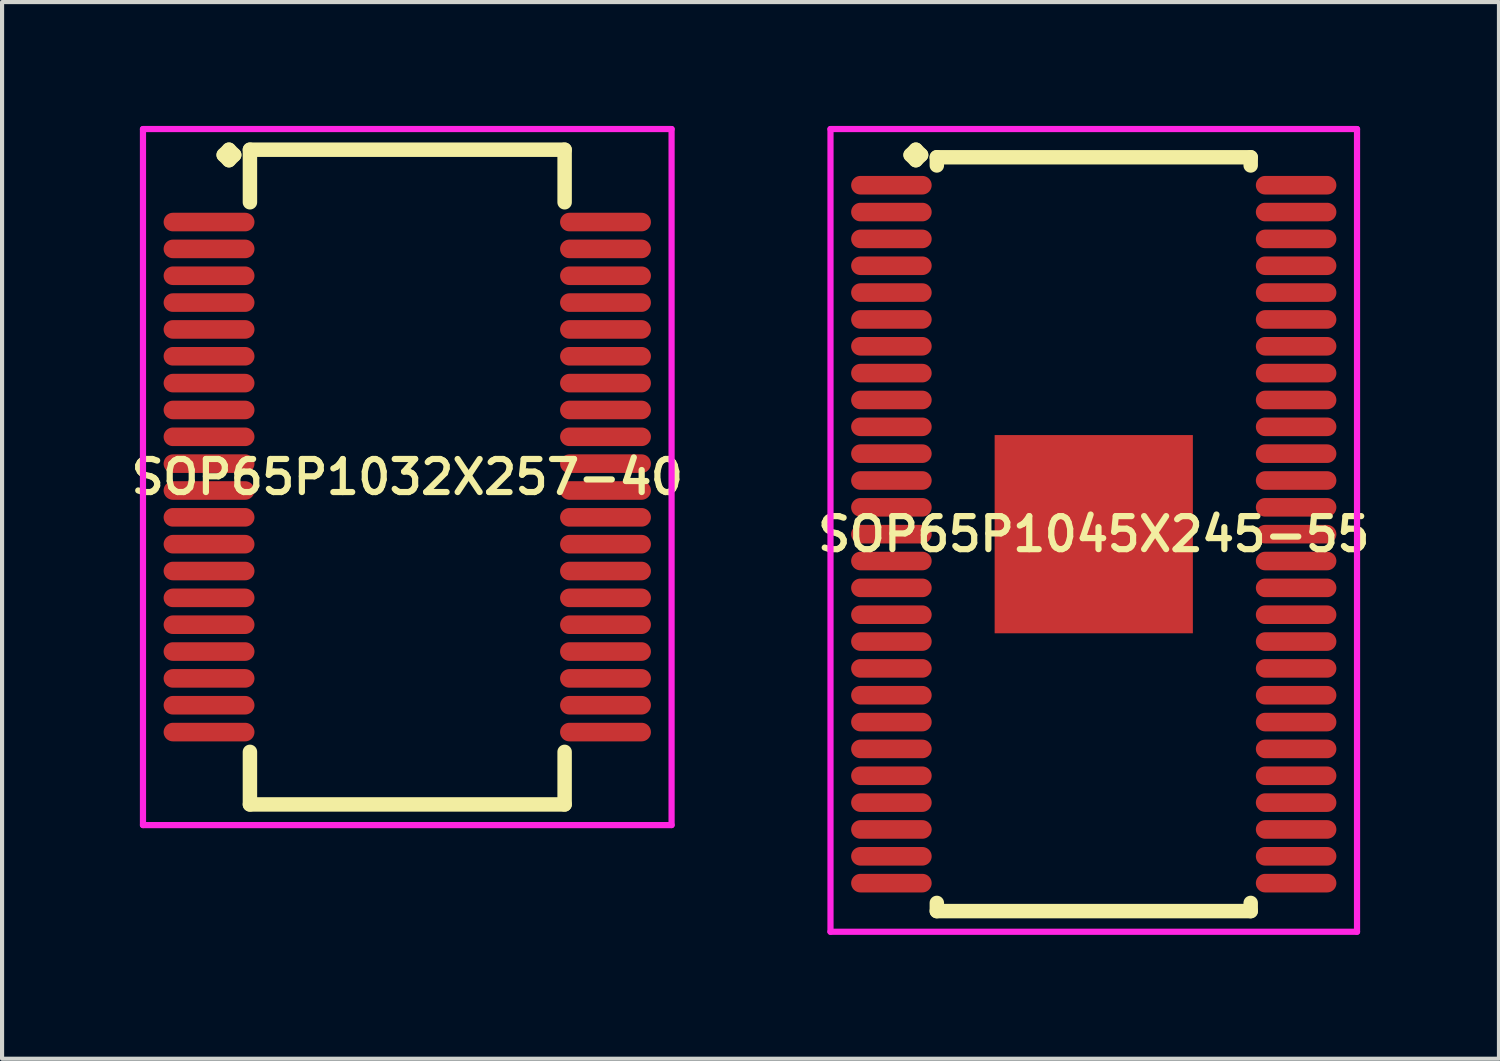
<source format=kicad_pcb>
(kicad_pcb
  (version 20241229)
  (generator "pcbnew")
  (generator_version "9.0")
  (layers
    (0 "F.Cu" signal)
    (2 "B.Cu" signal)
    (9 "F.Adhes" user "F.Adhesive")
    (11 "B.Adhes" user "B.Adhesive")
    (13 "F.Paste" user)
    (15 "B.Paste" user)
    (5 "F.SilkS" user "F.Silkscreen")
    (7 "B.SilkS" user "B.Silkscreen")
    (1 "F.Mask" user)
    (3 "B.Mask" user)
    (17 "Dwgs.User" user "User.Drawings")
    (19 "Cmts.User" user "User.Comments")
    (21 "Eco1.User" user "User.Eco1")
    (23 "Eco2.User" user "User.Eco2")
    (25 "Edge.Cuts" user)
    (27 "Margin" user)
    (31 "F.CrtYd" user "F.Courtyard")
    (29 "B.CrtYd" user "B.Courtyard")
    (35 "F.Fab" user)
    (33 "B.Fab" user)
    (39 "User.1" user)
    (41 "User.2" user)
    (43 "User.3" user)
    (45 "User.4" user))
  (footprint "SOP65P1032X257-40"
    (layer "F.Cu")
    (at 6.812 8.502)
    (property "Reference" "SOP65P1032X257-40" (at 0 0 0) (layer "F.SilkS") (effects (font (size 0.8 0.8) (thickness 0.15))))
    (attr through_hole)
    (fp_line (start -4.445 -7.8) (end -4.318 -7.927) (stroke (width 0.35) (type solid)) (layer "F.SilkS"))
    (fp_line (start -4.318 -7.927) (end -4.191 -7.8) (stroke (width 0.35) (type solid)) (layer "F.SilkS"))
    (fp_line (start -4.318 -7.673) (end -4.445 -7.8) (stroke (width 0.35) (type solid)) (layer "F.SilkS"))
    (fp_line (start -4.191 -7.8) (end -4.318 -7.673) (stroke (width 0.35) (type solid)) (layer "F.SilkS"))
    (fp_line (start -3.81 -7.927) (end 3.81 -7.927) (stroke (width 0.35) (type solid)) (layer "F.SilkS"))
    (fp_line (start -3.81 -6.654) (end -3.81 -7.927) (stroke (width 0.35) (type solid)) (layer "F.SilkS"))
    (fp_line (start -3.81 6.654) (end -3.81 7.927) (stroke (width 0.35) (type solid)) (layer "F.SilkS"))
    (fp_line (start -3.81 7.927) (end 3.81 7.927) (stroke (width 0.35) (type solid)) (layer "F.SilkS"))
    (fp_line (start 3.81 -7.927) (end 3.81 -6.654) (stroke (width 0.35) (type solid)) (layer "F.SilkS"))
    (fp_line (start 3.81 7.927) (end 3.81 6.654) (stroke (width 0.35) (type solid)) (layer "F.SilkS"))
    (fp_line (start -6.4 -8.427) (end 6.4 -8.427) (stroke (width 0.15) (type solid)) (layer "F.CrtYd"))
    (fp_line (start -6.4 8.427) (end -6.4 -8.427) (stroke (width 0.15) (type solid)) (layer "F.CrtYd"))
    (fp_line (start 6.4 -8.427) (end 6.4 8.427) (stroke (width 0.15) (type solid)) (layer "F.CrtYd"))
    (fp_line (start 6.4 8.427) (end -6.4 8.427) (stroke (width 0.15) (type solid)) (layer "F.CrtYd"))
    (pad "1" smd oval (at -4.8 -6.175) (size 2.2 0.45) (layers "F.Cu" "F.Mask" "F.Paste"))
    (pad "2" smd oval (at -4.8 -5.525) (size 2.2 0.45) (layers "F.Cu" "F.Mask" "F.Paste"))
    (pad "3" smd oval (at -4.8 -4.875) (size 2.2 0.45) (layers "F.Cu" "F.Mask" "F.Paste"))
    (pad "4" smd oval (at -4.8 -4.225) (size 2.2 0.45) (layers "F.Cu" "F.Mask" "F.Paste"))
    (pad "5" smd oval (at -4.8 -3.575) (size 2.2 0.45) (layers "F.Cu" "F.Mask" "F.Paste"))
    (pad "6" smd oval (at -4.8 -2.925) (size 2.2 0.45) (layers "F.Cu" "F.Mask" "F.Paste"))
    (pad "7" smd oval (at -4.8 -2.275) (size 2.2 0.45) (layers "F.Cu" "F.Mask" "F.Paste"))
    (pad "8" smd oval (at -4.8 -1.625) (size 2.2 0.45) (layers "F.Cu" "F.Mask" "F.Paste"))
    (pad "9" smd oval (at -4.8 -0.975) (size 2.2 0.45) (layers "F.Cu" "F.Mask" "F.Paste"))
    (pad "10" smd oval (at -4.8 -0.325) (size 2.2 0.45) (layers "F.Cu" "F.Mask" "F.Paste"))
    (pad "11" smd oval (at -4.8 0.325) (size 2.2 0.45) (layers "F.Cu" "F.Mask" "F.Paste"))
    (pad "12" smd oval (at -4.8 0.975) (size 2.2 0.45) (layers "F.Cu" "F.Mask" "F.Paste"))
    (pad "13" smd oval (at -4.8 1.625) (size 2.2 0.45) (layers "F.Cu" "F.Mask" "F.Paste"))
    (pad "14" smd oval (at -4.8 2.275) (size 2.2 0.45) (layers "F.Cu" "F.Mask" "F.Paste"))
    (pad "15" smd oval (at -4.8 2.925) (size 2.2 0.45) (layers "F.Cu" "F.Mask" "F.Paste"))
    (pad "16" smd oval (at -4.8 3.575) (size 2.2 0.45) (layers "F.Cu" "F.Mask" "F.Paste"))
    (pad "17" smd oval (at -4.8 4.225) (size 2.2 0.45) (layers "F.Cu" "F.Mask" "F.Paste"))
    (pad "18" smd oval (at -4.8 4.875) (size 2.2 0.45) (layers "F.Cu" "F.Mask" "F.Paste"))
    (pad "19" smd oval (at -4.8 5.525) (size 2.2 0.45) (layers "F.Cu" "F.Mask" "F.Paste"))
    (pad "20" smd oval (at -4.8 6.175) (size 2.2 0.45) (layers "F.Cu" "F.Mask" "F.Paste"))
    (pad "21" smd oval (at 4.8 6.175) (size 2.2 0.45) (layers "F.Cu" "F.Mask" "F.Paste"))
    (pad "22" smd oval (at 4.8 5.525) (size 2.2 0.45) (layers "F.Cu" "F.Mask" "F.Paste"))
    (pad "23" smd oval (at 4.8 4.875) (size 2.2 0.45) (layers "F.Cu" "F.Mask" "F.Paste"))
    (pad "24" smd oval (at 4.8 4.225) (size 2.2 0.45) (layers "F.Cu" "F.Mask" "F.Paste"))
    (pad "25" smd oval (at 4.8 3.575) (size 2.2 0.45) (layers "F.Cu" "F.Mask" "F.Paste"))
    (pad "26" smd oval (at 4.8 2.925) (size 2.2 0.45) (layers "F.Cu" "F.Mask" "F.Paste"))
    (pad "27" smd oval (at 4.8 2.275) (size 2.2 0.45) (layers "F.Cu" "F.Mask" "F.Paste"))
    (pad "28" smd oval (at 4.8 1.625) (size 2.2 0.45) (layers "F.Cu" "F.Mask" "F.Paste"))
    (pad "29" smd oval (at 4.8 0.975) (size 2.2 0.45) (layers "F.Cu" "F.Mask" "F.Paste"))
    (pad "30" smd oval (at 4.8 0.325) (size 2.2 0.45) (layers "F.Cu" "F.Mask" "F.Paste"))
    (pad "31" smd oval (at 4.8 -0.325) (size 2.2 0.45) (layers "F.Cu" "F.Mask" "F.Paste"))
    (pad "32" smd oval (at 4.8 -0.975) (size 2.2 0.45) (layers "F.Cu" "F.Mask" "F.Paste"))
    (pad "33" smd oval (at 4.8 -1.625) (size 2.2 0.45) (layers "F.Cu" "F.Mask" "F.Paste"))
    (pad "34" smd oval (at 4.8 -2.275) (size 2.2 0.45) (layers "F.Cu" "F.Mask" "F.Paste"))
    (pad "35" smd oval (at 4.8 -2.925) (size 2.2 0.45) (layers "F.Cu" "F.Mask" "F.Paste"))
    (pad "36" smd oval (at 4.8 -3.575) (size 2.2 0.45) (layers "F.Cu" "F.Mask" "F.Paste"))
    (pad "37" smd oval (at 4.8 -4.225) (size 2.2 0.45) (layers "F.Cu" "F.Mask" "F.Paste"))
    (pad "38" smd oval (at 4.8 -4.875) (size 2.2 0.45) (layers "F.Cu" "F.Mask" "F.Paste"))
    (pad "39" smd oval (at 4.8 -5.525) (size 2.2 0.45) (layers "F.Cu" "F.Mask" "F.Paste"))
    (pad "40" smd oval (at 4.8 -6.175) (size 2.2 0.45) (layers "F.Cu" "F.Mask" "F.Paste")))
  (footprint "SOP65P1045X245-55"
    (layer "F.Cu")
    (at 23.435 9.885)
    (property "Reference" "SOP65P1045X245-55" (at 0 0 0) (layer "F.SilkS") (effects (font (size 0.8 0.8) (thickness 0.15))))
    (attr smd)
    (fp_line (start -4.435 -9.183) (end -4.308 -9.31) (stroke (width 0.35) (type solid)) (layer "F.SilkS"))
    (fp_line (start -4.308 -9.31) (end -4.181 -9.183) (stroke (width 0.35) (type solid)) (layer "F.SilkS"))
    (fp_line (start -4.308 -9.056) (end -4.435 -9.183) (stroke (width 0.35) (type solid)) (layer "F.SilkS"))
    (fp_line (start -4.181 -9.183) (end -4.308 -9.056) (stroke (width 0.35) (type solid)) (layer "F.SilkS"))
    (fp_line (start -3.8 -9.127) (end 3.8 -9.127) (stroke (width 0.35) (type solid)) (layer "F.SilkS"))
    (fp_line (start -3.8 -8.929) (end -3.8 -9.127) (stroke (width 0.35) (type solid)) (layer "F.SilkS"))
    (fp_line (start -3.8 8.929) (end -3.8 9.127) (stroke (width 0.35) (type solid)) (layer "F.SilkS"))
    (fp_line (start -3.8 9.127) (end 3.8 9.127) (stroke (width 0.35) (type solid)) (layer "F.SilkS"))
    (fp_line (start 3.8 -9.127) (end 3.8 -8.929) (stroke (width 0.35) (type solid)) (layer "F.SilkS"))
    (fp_line (start 3.8 9.127) (end 3.8 8.929) (stroke (width 0.35) (type solid)) (layer "F.SilkS"))
    (fp_line (start -6.375 -9.81) (end 6.375 -9.81) (stroke (width 0.15) (type solid)) (layer "F.CrtYd"))
    (fp_line (start -6.375 9.627) (end -6.375 -9.81) (stroke (width 0.15) (type solid)) (layer "F.CrtYd"))
    (fp_line (start 6.375 -9.81) (end 6.375 9.627) (stroke (width 0.15) (type solid)) (layer "F.CrtYd"))
    (fp_line (start 6.375 9.627) (end -6.375 9.627) (stroke (width 0.15) (type solid)) (layer "F.CrtYd"))
    (pad "1" smd oval (at -4.9 -8.45) (size 1.95 0.45) (layers "F.Cu" "F.Mask" "F.Paste"))
    (pad "2" smd oval (at -4.9 -7.8) (size 1.95 0.45) (layers "F.Cu" "F.Mask" "F.Paste"))
    (pad "3" smd oval (at -4.9 -7.15) (size 1.95 0.45) (layers "F.Cu" "F.Mask" "F.Paste"))
    (pad "4" smd oval (at -4.9 -6.5) (size 1.95 0.45) (layers "F.Cu" "F.Mask" "F.Paste"))
    (pad "5" smd oval (at -4.9 -5.85) (size 1.95 0.45) (layers "F.Cu" "F.Mask" "F.Paste"))
    (pad "6" smd oval (at -4.9 -5.2) (size 1.95 0.45) (layers "F.Cu" "F.Mask" "F.Paste"))
    (pad "7" smd oval (at -4.9 -4.55) (size 1.95 0.45) (layers "F.Cu" "F.Mask" "F.Paste"))
    (pad "8" smd oval (at -4.9 -3.9) (size 1.95 0.45) (layers "F.Cu" "F.Mask" "F.Paste"))
    (pad "9" smd oval (at -4.9 -3.25) (size 1.95 0.45) (layers "F.Cu" "F.Mask" "F.Paste"))
    (pad "10" smd oval (at -4.9 -2.6) (size 1.95 0.45) (layers "F.Cu" "F.Mask" "F.Paste"))
    (pad "11" smd oval (at -4.9 -1.95) (size 1.95 0.45) (layers "F.Cu" "F.Mask" "F.Paste"))
    (pad "12" smd oval (at -4.9 -1.3) (size 1.95 0.45) (layers "F.Cu" "F.Mask" "F.Paste"))
    (pad "13" smd oval (at -4.9 -0.65) (size 1.95 0.45) (layers "F.Cu" "F.Mask" "F.Paste"))
    (pad "14" smd oval (at -4.9 0) (size 1.95 0.45) (layers "F.Cu" "F.Mask" "F.Paste"))
    (pad "15" smd oval (at -4.9 0.65) (size 1.95 0.45) (layers "F.Cu" "F.Mask" "F.Paste"))
    (pad "16" smd oval (at -4.9 1.3) (size 1.95 0.45) (layers "F.Cu" "F.Mask" "F.Paste"))
    (pad "17" smd oval (at -4.9 1.95) (size 1.95 0.45) (layers "F.Cu" "F.Mask" "F.Paste"))
    (pad "18" smd oval (at -4.9 2.6) (size 1.95 0.45) (layers "F.Cu" "F.Mask" "F.Paste"))
    (pad "19" smd oval (at -4.9 3.25) (size 1.95 0.45) (layers "F.Cu" "F.Mask" "F.Paste"))
    (pad "20" smd oval (at -4.9 3.9) (size 1.95 0.45) (layers "F.Cu" "F.Mask" "F.Paste"))
    (pad "21" smd oval (at -4.9 4.55) (size 1.95 0.45) (layers "F.Cu" "F.Mask" "F.Paste"))
    (pad "22" smd oval (at -4.9 5.2) (size 1.95 0.45) (layers "F.Cu" "F.Mask" "F.Paste"))
    (pad "23" smd oval (at -4.9 5.85) (size 1.95 0.45) (layers "F.Cu" "F.Mask" "F.Paste"))
    (pad "24" smd oval (at -4.9 6.5) (size 1.95 0.45) (layers "F.Cu" "F.Mask" "F.Paste"))
    (pad "25" smd oval (at -4.9 7.15) (size 1.95 0.45) (layers "F.Cu" "F.Mask" "F.Paste"))
    (pad "26" smd oval (at -4.9 7.8) (size 1.95 0.45) (layers "F.Cu" "F.Mask" "F.Paste"))
    (pad "27" smd oval (at -4.9 8.45) (size 1.95 0.45) (layers "F.Cu" "F.Mask" "F.Paste"))
    (pad "28" smd oval (at 4.9 8.45) (size 1.95 0.45) (layers "F.Cu" "F.Mask" "F.Paste"))
    (pad "29" smd oval (at 4.9 7.8) (size 1.95 0.45) (layers "F.Cu" "F.Mask" "F.Paste"))
    (pad "30" smd oval (at 4.9 7.15) (size 1.95 0.45) (layers "F.Cu" "F.Mask" "F.Paste"))
    (pad "31" smd oval (at 4.9 6.5) (size 1.95 0.45) (layers "F.Cu" "F.Mask" "F.Paste"))
    (pad "32" smd oval (at 4.9 5.85) (size 1.95 0.45) (layers "F.Cu" "F.Mask" "F.Paste"))
    (pad "33" smd oval (at 4.9 5.2) (size 1.95 0.45) (layers "F.Cu" "F.Mask" "F.Paste"))
    (pad "34" smd oval (at 4.9 4.55) (size 1.95 0.45) (layers "F.Cu" "F.Mask" "F.Paste"))
    (pad "35" smd oval (at 4.9 3.9) (size 1.95 0.45) (layers "F.Cu" "F.Mask" "F.Paste"))
    (pad "36" smd oval (at 4.9 3.25) (size 1.95 0.45) (layers "F.Cu" "F.Mask" "F.Paste"))
    (pad "37" smd oval (at 4.9 2.6) (size 1.95 0.45) (layers "F.Cu" "F.Mask" "F.Paste"))
    (pad "38" smd oval (at 4.9 1.95) (size 1.95 0.45) (layers "F.Cu" "F.Mask" "F.Paste"))
    (pad "39" smd oval (at 4.9 1.3) (size 1.95 0.45) (layers "F.Cu" "F.Mask" "F.Paste"))
    (pad "40" smd oval (at 4.9 0.65) (size 1.95 0.45) (layers "F.Cu" "F.Mask" "F.Paste"))
    (pad "41" smd oval (at 4.9 0) (size 1.95 0.45) (layers "F.Cu" "F.Mask" "F.Paste"))
    (pad "42" smd oval (at 4.9 -0.65) (size 1.95 0.45) (layers "F.Cu" "F.Mask" "F.Paste"))
    (pad "43" smd oval (at 4.9 -1.3) (size 1.95 0.45) (layers "F.Cu" "F.Mask" "F.Paste"))
    (pad "44" smd oval (at 4.9 -1.95) (size 1.95 0.45) (layers "F.Cu" "F.Mask" "F.Paste"))
    (pad "45" smd oval (at 4.9 -2.6) (size 1.95 0.45) (layers "F.Cu" "F.Mask" "F.Paste"))
    (pad "46" smd oval (at 4.9 -3.25) (size 1.95 0.45) (layers "F.Cu" "F.Mask" "F.Paste"))
    (pad "47" smd oval (at 4.9 -3.9) (size 1.95 0.45) (layers "F.Cu" "F.Mask" "F.Paste"))
    (pad "48" smd oval (at 4.9 -4.55) (size 1.95 0.45) (layers "F.Cu" "F.Mask" "F.Paste"))
    (pad "49" smd oval (at 4.9 -5.2) (size 1.95 0.45) (layers "F.Cu" "F.Mask" "F.Paste"))
    (pad "50" smd oval (at 4.9 -5.85) (size 1.95 0.45) (layers "F.Cu" "F.Mask" "F.Paste"))
    (pad "51" smd oval (at 4.9 -6.5) (size 1.95 0.45) (layers "F.Cu" "F.Mask" "F.Paste"))
    (pad "52" smd oval (at 4.9 -7.15) (size 1.95 0.45) (layers "F.Cu" "F.Mask" "F.Paste"))
    (pad "53" smd oval (at 4.9 -7.8) (size 1.95 0.45) (layers "F.Cu" "F.Mask" "F.Paste"))
    (pad "54" smd oval (at 4.9 -8.45) (size 1.95 0.45) (layers "F.Cu" "F.Mask" "F.Paste"))
    (pad "55" smd rect (at 0 0) (size 4.8 4.8) (layers "F.Cu" "F.Mask" "F.Paste")))
  (gr_rect
    (start -3 -3)
    (end 33.247 22.587)
    (stroke (width 0.1) (type default))
    (fill no)
    (layer "Edge.Cuts")))
</source>
